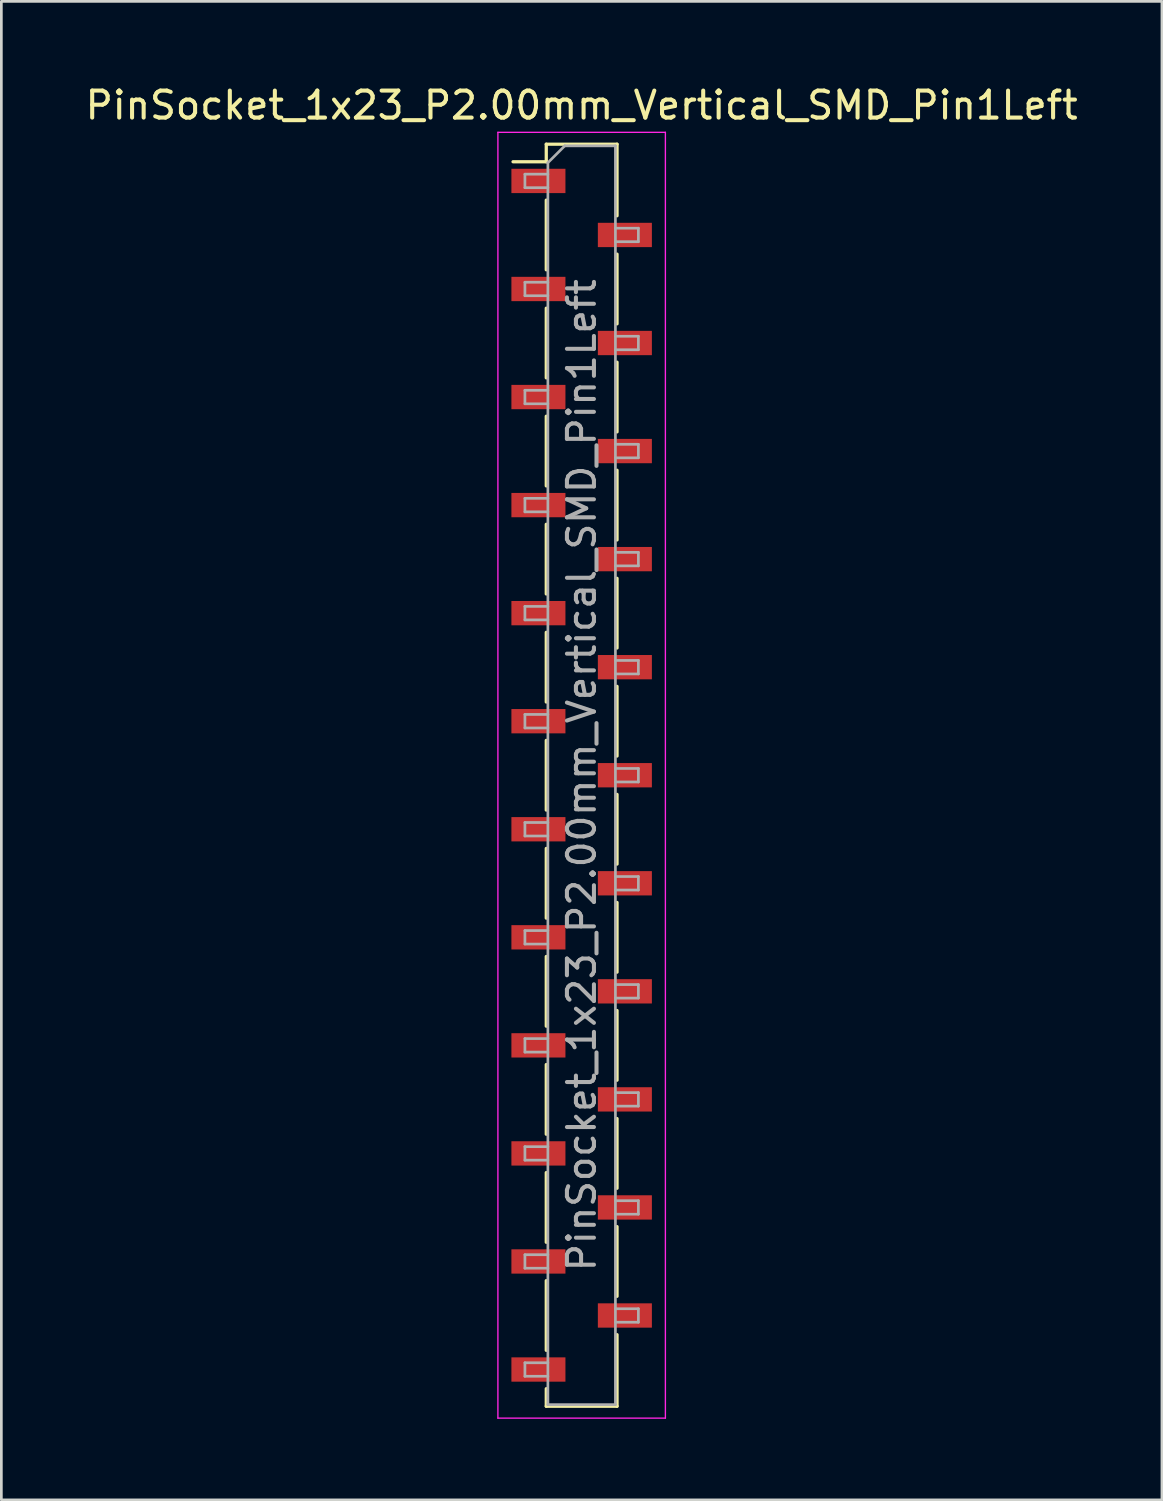
<source format=kicad_pcb>
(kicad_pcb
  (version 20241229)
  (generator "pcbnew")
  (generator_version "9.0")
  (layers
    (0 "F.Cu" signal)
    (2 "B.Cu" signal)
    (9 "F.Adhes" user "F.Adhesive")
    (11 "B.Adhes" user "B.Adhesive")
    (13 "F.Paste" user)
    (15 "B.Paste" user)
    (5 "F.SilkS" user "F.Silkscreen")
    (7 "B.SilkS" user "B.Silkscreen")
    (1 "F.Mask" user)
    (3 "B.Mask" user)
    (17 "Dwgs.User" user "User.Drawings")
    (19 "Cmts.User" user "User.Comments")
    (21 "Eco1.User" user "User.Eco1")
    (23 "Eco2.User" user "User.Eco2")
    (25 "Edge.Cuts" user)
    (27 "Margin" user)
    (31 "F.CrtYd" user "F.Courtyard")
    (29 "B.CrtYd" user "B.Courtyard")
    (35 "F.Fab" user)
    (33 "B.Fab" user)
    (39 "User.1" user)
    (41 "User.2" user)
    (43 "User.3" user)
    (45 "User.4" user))
  (footprint "PinSocket_1x23_P2.00mm_Vertical_SMD_Pin1Left"
    (layer "F.Cu")
    (at 18.482 25.648)
    (property "Reference" "PinSocket_1x23_P2.00mm_Vertical_SMD_Pin1Left" (at 0 -24.8 0) (layer "F.SilkS") (effects (font (size 1 1) (thickness 0.15))))
    (attr smd)
    (fp_line (start -2.54 -22.71) (end -1.31 -22.71) (stroke (width 0.12) (type solid)) (layer "F.SilkS"))
    (fp_line (start -1.31 -23.36) (end -1.31 -22.71) (stroke (width 0.12) (type solid)) (layer "F.SilkS"))
    (fp_line (start -1.31 -23.36) (end 1.31 -23.36) (stroke (width 0.12) (type solid)) (layer "F.SilkS"))
    (fp_line (start -1.31 -21.29) (end -1.31 -18.71) (stroke (width 0.12) (type solid)) (layer "F.SilkS"))
    (fp_line (start -1.31 -17.29) (end -1.31 -14.71) (stroke (width 0.12) (type solid)) (layer "F.SilkS"))
    (fp_line (start -1.31 -13.29) (end -1.31 -10.71) (stroke (width 0.12) (type solid)) (layer "F.SilkS"))
    (fp_line (start -1.31 -9.29) (end -1.31 -6.71) (stroke (width 0.12) (type solid)) (layer "F.SilkS"))
    (fp_line (start -1.31 -5.29) (end -1.31 -2.71) (stroke (width 0.12) (type solid)) (layer "F.SilkS"))
    (fp_line (start -1.31 -1.29) (end -1.31 1.29) (stroke (width 0.12) (type solid)) (layer "F.SilkS"))
    (fp_line (start -1.31 2.71) (end -1.31 5.29) (stroke (width 0.12) (type solid)) (layer "F.SilkS"))
    (fp_line (start -1.31 6.71) (end -1.31 9.29) (stroke (width 0.12) (type solid)) (layer "F.SilkS"))
    (fp_line (start -1.31 10.71) (end -1.31 13.29) (stroke (width 0.12) (type solid)) (layer "F.SilkS"))
    (fp_line (start -1.31 14.71) (end -1.31 17.29) (stroke (width 0.12) (type solid)) (layer "F.SilkS"))
    (fp_line (start -1.31 18.71) (end -1.31 21.29) (stroke (width 0.12) (type solid)) (layer "F.SilkS"))
    (fp_line (start -1.31 22.71) (end -1.31 23.36) (stroke (width 0.12) (type solid)) (layer "F.SilkS"))
    (fp_line (start -1.31 23.36) (end 1.31 23.36) (stroke (width 0.12) (type solid)) (layer "F.SilkS"))
    (fp_line (start 1.31 -23.36) (end 1.31 -20.71) (stroke (width 0.12) (type solid)) (layer "F.SilkS"))
    (fp_line (start 1.31 -19.29) (end 1.31 -16.71) (stroke (width 0.12) (type solid)) (layer "F.SilkS"))
    (fp_line (start 1.31 -15.29) (end 1.31 -12.71) (stroke (width 0.12) (type solid)) (layer "F.SilkS"))
    (fp_line (start 1.31 -11.29) (end 1.31 -8.71) (stroke (width 0.12) (type solid)) (layer "F.SilkS"))
    (fp_line (start 1.31 -7.29) (end 1.31 -4.71) (stroke (width 0.12) (type solid)) (layer "F.SilkS"))
    (fp_line (start 1.31 -3.29) (end 1.31 -0.71) (stroke (width 0.12) (type solid)) (layer "F.SilkS"))
    (fp_line (start 1.31 0.71) (end 1.31 3.29) (stroke (width 0.12) (type solid)) (layer "F.SilkS"))
    (fp_line (start 1.31 4.71) (end 1.31 7.29) (stroke (width 0.12) (type solid)) (layer "F.SilkS"))
    (fp_line (start 1.31 8.71) (end 1.31 11.29) (stroke (width 0.12) (type solid)) (layer "F.SilkS"))
    (fp_line (start 1.31 12.71) (end 1.31 15.29) (stroke (width 0.12) (type solid)) (layer "F.SilkS"))
    (fp_line (start 1.31 16.71) (end 1.31 19.29) (stroke (width 0.12) (type solid)) (layer "F.SilkS"))
    (fp_line (start 1.31 20.71) (end 1.31 23.36) (stroke (width 0.12) (type solid)) (layer "F.SilkS"))
    (fp_line (start -3.1 -23.8) (end 3.1 -23.8) (stroke (width 0.05) (type solid)) (layer "F.CrtYd"))
    (fp_line (start -3.1 23.8) (end -3.1 -23.8) (stroke (width 0.05) (type solid)) (layer "F.CrtYd"))
    (fp_line (start 3.1 -23.8) (end 3.1 23.8) (stroke (width 0.05) (type solid)) (layer "F.CrtYd"))
    (fp_line (start 3.1 23.8) (end -3.1 23.8) (stroke (width 0.05) (type solid)) (layer "F.CrtYd"))
    (fp_line (start -2.1 -22.25) (end -1.25 -22.25) (stroke (width 0.1) (type solid)) (layer "F.Fab"))
    (fp_line (start -2.1 -21.75) (end -2.1 -22.25) (stroke (width 0.1) (type solid)) (layer "F.Fab"))
    (fp_line (start -2.1 -18.25) (end -1.25 -18.25) (stroke (width 0.1) (type solid)) (layer "F.Fab"))
    (fp_line (start -2.1 -17.75) (end -2.1 -18.25) (stroke (width 0.1) (type solid)) (layer "F.Fab"))
    (fp_line (start -2.1 -14.25) (end -1.25 -14.25) (stroke (width 0.1) (type solid)) (layer "F.Fab"))
    (fp_line (start -2.1 -13.75) (end -2.1 -14.25) (stroke (width 0.1) (type solid)) (layer "F.Fab"))
    (fp_line (start -2.1 -10.25) (end -1.25 -10.25) (stroke (width 0.1) (type solid)) (layer "F.Fab"))
    (fp_line (start -2.1 -9.75) (end -2.1 -10.25) (stroke (width 0.1) (type solid)) (layer "F.Fab"))
    (fp_line (start -2.1 -6.25) (end -1.25 -6.25) (stroke (width 0.1) (type solid)) (layer "F.Fab"))
    (fp_line (start -2.1 -5.75) (end -2.1 -6.25) (stroke (width 0.1) (type solid)) (layer "F.Fab"))
    (fp_line (start -2.1 -2.25) (end -1.25 -2.25) (stroke (width 0.1) (type solid)) (layer "F.Fab"))
    (fp_line (start -2.1 -1.75) (end -2.1 -2.25) (stroke (width 0.1) (type solid)) (layer "F.Fab"))
    (fp_line (start -2.1 1.75) (end -1.25 1.75) (stroke (width 0.1) (type solid)) (layer "F.Fab"))
    (fp_line (start -2.1 2.25) (end -2.1 1.75) (stroke (width 0.1) (type solid)) (layer "F.Fab"))
    (fp_line (start -2.1 5.75) (end -1.25 5.75) (stroke (width 0.1) (type solid)) (layer "F.Fab"))
    (fp_line (start -2.1 6.25) (end -2.1 5.75) (stroke (width 0.1) (type solid)) (layer "F.Fab"))
    (fp_line (start -2.1 9.75) (end -1.25 9.75) (stroke (width 0.1) (type solid)) (layer "F.Fab"))
    (fp_line (start -2.1 10.25) (end -2.1 9.75) (stroke (width 0.1) (type solid)) (layer "F.Fab"))
    (fp_line (start -2.1 13.75) (end -1.25 13.75) (stroke (width 0.1) (type solid)) (layer "F.Fab"))
    (fp_line (start -2.1 14.25) (end -2.1 13.75) (stroke (width 0.1) (type solid)) (layer "F.Fab"))
    (fp_line (start -2.1 17.75) (end -1.25 17.75) (stroke (width 0.1) (type solid)) (layer "F.Fab"))
    (fp_line (start -2.1 18.25) (end -2.1 17.75) (stroke (width 0.1) (type solid)) (layer "F.Fab"))
    (fp_line (start -2.1 21.75) (end -1.25 21.75) (stroke (width 0.1) (type solid)) (layer "F.Fab"))
    (fp_line (start -2.1 22.25) (end -2.1 21.75) (stroke (width 0.1) (type solid)) (layer "F.Fab"))
    (fp_line (start -1.25 -22.675) (end -0.625 -23.3) (stroke (width 0.1) (type solid)) (layer "F.Fab"))
    (fp_line (start -1.25 -21.75) (end -2.1 -21.75) (stroke (width 0.1) (type solid)) (layer "F.Fab"))
    (fp_line (start -1.25 -17.75) (end -2.1 -17.75) (stroke (width 0.1) (type solid)) (layer "F.Fab"))
    (fp_line (start -1.25 -13.75) (end -2.1 -13.75) (stroke (width 0.1) (type solid)) (layer "F.Fab"))
    (fp_line (start -1.25 -9.75) (end -2.1 -9.75) (stroke (width 0.1) (type solid)) (layer "F.Fab"))
    (fp_line (start -1.25 -5.75) (end -2.1 -5.75) (stroke (width 0.1) (type solid)) (layer "F.Fab"))
    (fp_line (start -1.25 -1.75) (end -2.1 -1.75) (stroke (width 0.1) (type solid)) (layer "F.Fab"))
    (fp_line (start -1.25 2.25) (end -2.1 2.25) (stroke (width 0.1) (type solid)) (layer "F.Fab"))
    (fp_line (start -1.25 6.25) (end -2.1 6.25) (stroke (width 0.1) (type solid)) (layer "F.Fab"))
    (fp_line (start -1.25 10.25) (end -2.1 10.25) (stroke (width 0.1) (type solid)) (layer "F.Fab"))
    (fp_line (start -1.25 14.25) (end -2.1 14.25) (stroke (width 0.1) (type solid)) (layer "F.Fab"))
    (fp_line (start -1.25 18.25) (end -2.1 18.25) (stroke (width 0.1) (type solid)) (layer "F.Fab"))
    (fp_line (start -1.25 22.25) (end -2.1 22.25) (stroke (width 0.1) (type solid)) (layer "F.Fab"))
    (fp_line (start -1.25 23.3) (end -1.25 -22.675) (stroke (width 0.1) (type solid)) (layer "F.Fab"))
    (fp_line (start -0.625 -23.3) (end 1.25 -23.3) (stroke (width 0.1) (type solid)) (layer "F.Fab"))
    (fp_line (start 1.25 -23.3) (end 1.25 23.3) (stroke (width 0.1) (type solid)) (layer "F.Fab"))
    (fp_line (start 1.25 -20.25) (end 2.1 -20.25) (stroke (width 0.1) (type solid)) (layer "F.Fab"))
    (fp_line (start 1.25 -16.25) (end 2.1 -16.25) (stroke (width 0.1) (type solid)) (layer "F.Fab"))
    (fp_line (start 1.25 -12.25) (end 2.1 -12.25) (stroke (width 0.1) (type solid)) (layer "F.Fab"))
    (fp_line (start 1.25 -8.25) (end 2.1 -8.25) (stroke (width 0.1) (type solid)) (layer "F.Fab"))
    (fp_line (start 1.25 -4.25) (end 2.1 -4.25) (stroke (width 0.1) (type solid)) (layer "F.Fab"))
    (fp_line (start 1.25 -0.25) (end 2.1 -0.25) (stroke (width 0.1) (type solid)) (layer "F.Fab"))
    (fp_line (start 1.25 3.75) (end 2.1 3.75) (stroke (width 0.1) (type solid)) (layer "F.Fab"))
    (fp_line (start 1.25 7.75) (end 2.1 7.75) (stroke (width 0.1) (type solid)) (layer "F.Fab"))
    (fp_line (start 1.25 11.75) (end 2.1 11.75) (stroke (width 0.1) (type solid)) (layer "F.Fab"))
    (fp_line (start 1.25 15.75) (end 2.1 15.75) (stroke (width 0.1) (type solid)) (layer "F.Fab"))
    (fp_line (start 1.25 19.75) (end 2.1 19.75) (stroke (width 0.1) (type solid)) (layer "F.Fab"))
    (fp_line (start 1.25 23.3) (end -1.25 23.3) (stroke (width 0.1) (type solid)) (layer "F.Fab"))
    (fp_line (start 2.1 -20.25) (end 2.1 -19.75) (stroke (width 0.1) (type solid)) (layer "F.Fab"))
    (fp_line (start 2.1 -19.75) (end 1.25 -19.75) (stroke (width 0.1) (type solid)) (layer "F.Fab"))
    (fp_line (start 2.1 -16.25) (end 2.1 -15.75) (stroke (width 0.1) (type solid)) (layer "F.Fab"))
    (fp_line (start 2.1 -15.75) (end 1.25 -15.75) (stroke (width 0.1) (type solid)) (layer "F.Fab"))
    (fp_line (start 2.1 -12.25) (end 2.1 -11.75) (stroke (width 0.1) (type solid)) (layer "F.Fab"))
    (fp_line (start 2.1 -11.75) (end 1.25 -11.75) (stroke (width 0.1) (type solid)) (layer "F.Fab"))
    (fp_line (start 2.1 -8.25) (end 2.1 -7.75) (stroke (width 0.1) (type solid)) (layer "F.Fab"))
    (fp_line (start 2.1 -7.75) (end 1.25 -7.75) (stroke (width 0.1) (type solid)) (layer "F.Fab"))
    (fp_line (start 2.1 -4.25) (end 2.1 -3.75) (stroke (width 0.1) (type solid)) (layer "F.Fab"))
    (fp_line (start 2.1 -3.75) (end 1.25 -3.75) (stroke (width 0.1) (type solid)) (layer "F.Fab"))
    (fp_line (start 2.1 -0.25) (end 2.1 0.25) (stroke (width 0.1) (type solid)) (layer "F.Fab"))
    (fp_line (start 2.1 0.25) (end 1.25 0.25) (stroke (width 0.1) (type solid)) (layer "F.Fab"))
    (fp_line (start 2.1 3.75) (end 2.1 4.25) (stroke (width 0.1) (type solid)) (layer "F.Fab"))
    (fp_line (start 2.1 4.25) (end 1.25 4.25) (stroke (width 0.1) (type solid)) (layer "F.Fab"))
    (fp_line (start 2.1 7.75) (end 2.1 8.25) (stroke (width 0.1) (type solid)) (layer "F.Fab"))
    (fp_line (start 2.1 8.25) (end 1.25 8.25) (stroke (width 0.1) (type solid)) (layer "F.Fab"))
    (fp_line (start 2.1 11.75) (end 2.1 12.25) (stroke (width 0.1) (type solid)) (layer "F.Fab"))
    (fp_line (start 2.1 12.25) (end 1.25 12.25) (stroke (width 0.1) (type solid)) (layer "F.Fab"))
    (fp_line (start 2.1 15.75) (end 2.1 16.25) (stroke (width 0.1) (type solid)) (layer "F.Fab"))
    (fp_line (start 2.1 16.25) (end 1.25 16.25) (stroke (width 0.1) (type solid)) (layer "F.Fab"))
    (fp_line (start 2.1 19.75) (end 2.1 20.25) (stroke (width 0.1) (type solid)) (layer "F.Fab"))
    (fp_line (start 2.1 20.25) (end 1.25 20.25) (stroke (width 0.1) (type solid)) (layer "F.Fab"))
    (fp_text user "${REFERENCE}" (at 0 0 90) (layer "F.Fab") (effects (font (size 1 1) (thickness 0.15))))
    (pad "1" smd rect (at -1.6 -22) (size 2 0.9) (layers "F.Cu" "F.Mask" "F.Paste"))
    (pad "2" smd rect (at 1.6 -20) (size 2 0.9) (layers "F.Cu" "F.Mask" "F.Paste"))
    (pad "3" smd rect (at -1.6 -18) (size 2 0.9) (layers "F.Cu" "F.Mask" "F.Paste"))
    (pad "4" smd rect (at 1.6 -16) (size 2 0.9) (layers "F.Cu" "F.Mask" "F.Paste"))
    (pad "5" smd rect (at -1.6 -14) (size 2 0.9) (layers "F.Cu" "F.Mask" "F.Paste"))
    (pad "6" smd rect (at 1.6 -12) (size 2 0.9) (layers "F.Cu" "F.Mask" "F.Paste"))
    (pad "7" smd rect (at -1.6 -10) (size 2 0.9) (layers "F.Cu" "F.Mask" "F.Paste"))
    (pad "8" smd rect (at 1.6 -8) (size 2 0.9) (layers "F.Cu" "F.Mask" "F.Paste"))
    (pad "9" smd rect (at -1.6 -6) (size 2 0.9) (layers "F.Cu" "F.Mask" "F.Paste"))
    (pad "10" smd rect (at 1.6 -4) (size 2 0.9) (layers "F.Cu" "F.Mask" "F.Paste"))
    (pad "11" smd rect (at -1.6 -2) (size 2 0.9) (layers "F.Cu" "F.Mask" "F.Paste"))
    (pad "12" smd rect (at 1.6 0) (size 2 0.9) (layers "F.Cu" "F.Mask" "F.Paste"))
    (pad "13" smd rect (at -1.6 2) (size 2 0.9) (layers "F.Cu" "F.Mask" "F.Paste"))
    (pad "14" smd rect (at 1.6 4) (size 2 0.9) (layers "F.Cu" "F.Mask" "F.Paste"))
    (pad "15" smd rect (at -1.6 6) (size 2 0.9) (layers "F.Cu" "F.Mask" "F.Paste"))
    (pad "16" smd rect (at 1.6 8) (size 2 0.9) (layers "F.Cu" "F.Mask" "F.Paste"))
    (pad "17" smd rect (at -1.6 10) (size 2 0.9) (layers "F.Cu" "F.Mask" "F.Paste"))
    (pad "18" smd rect (at 1.6 12) (size 2 0.9) (layers "F.Cu" "F.Mask" "F.Paste"))
    (pad "19" smd rect (at -1.6 14) (size 2 0.9) (layers "F.Cu" "F.Mask" "F.Paste"))
    (pad "20" smd rect (at 1.6 16) (size 2 0.9) (layers "F.Cu" "F.Mask" "F.Paste"))
    (pad "21" smd rect (at -1.6 18) (size 2 0.9) (layers "F.Cu" "F.Mask" "F.Paste"))
    (pad "22" smd rect (at 1.6 20) (size 2 0.9) (layers "F.Cu" "F.Mask" "F.Paste"))
    (pad "23" smd rect (at -1.6 22) (size 2 0.9) (layers "F.Cu" "F.Mask" "F.Paste")))
  (gr_rect
    (start -3 -3)
    (end 39.964 52.473)
    (stroke (width 0.1) (type default))
    (fill no)
    (layer "Edge.Cuts")))
</source>
